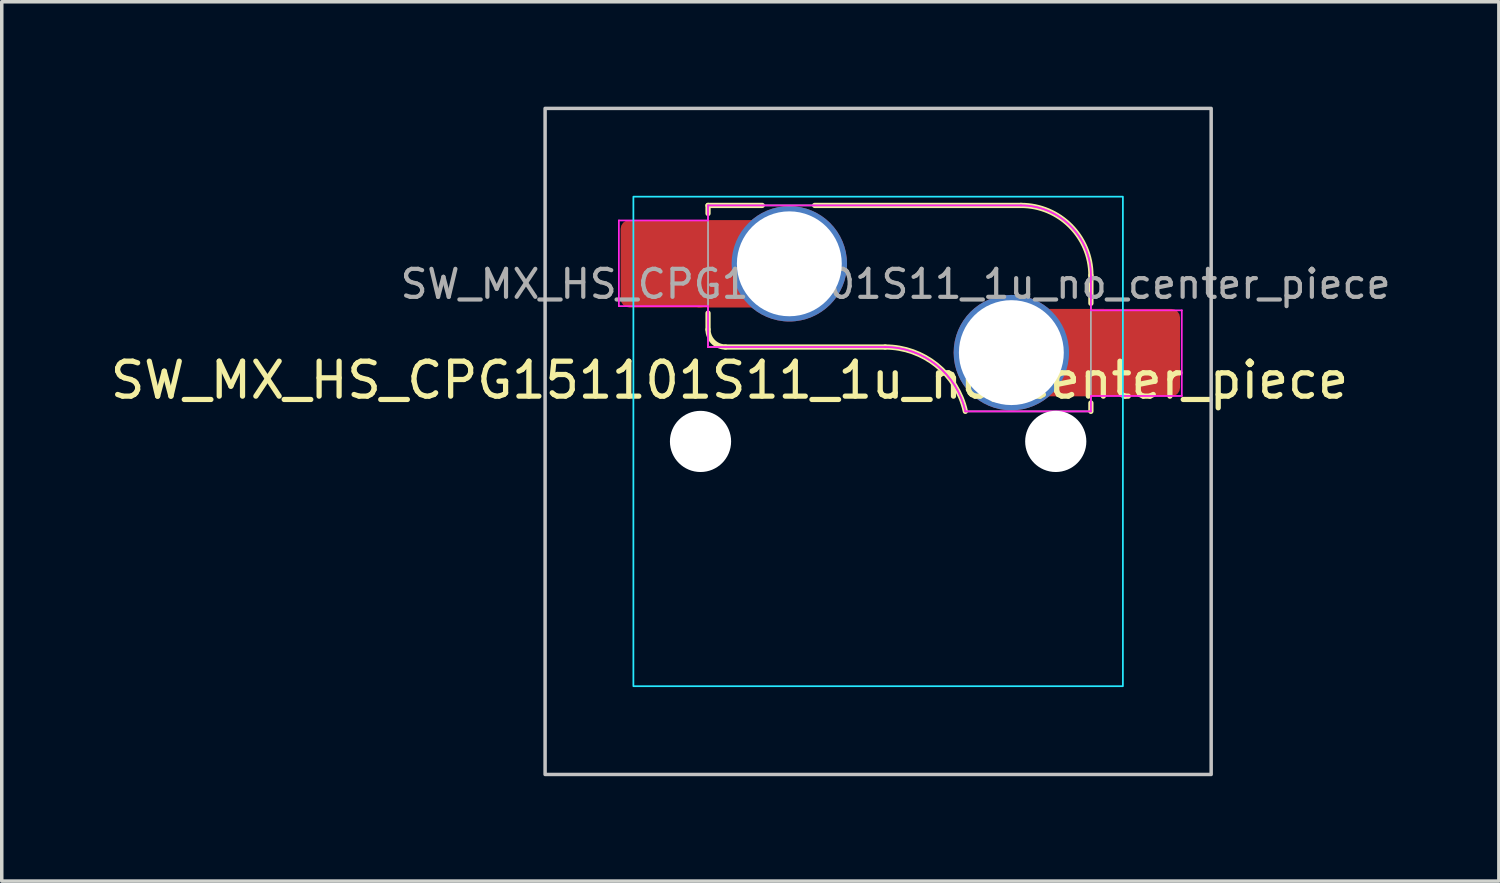
<source format=kicad_pcb>
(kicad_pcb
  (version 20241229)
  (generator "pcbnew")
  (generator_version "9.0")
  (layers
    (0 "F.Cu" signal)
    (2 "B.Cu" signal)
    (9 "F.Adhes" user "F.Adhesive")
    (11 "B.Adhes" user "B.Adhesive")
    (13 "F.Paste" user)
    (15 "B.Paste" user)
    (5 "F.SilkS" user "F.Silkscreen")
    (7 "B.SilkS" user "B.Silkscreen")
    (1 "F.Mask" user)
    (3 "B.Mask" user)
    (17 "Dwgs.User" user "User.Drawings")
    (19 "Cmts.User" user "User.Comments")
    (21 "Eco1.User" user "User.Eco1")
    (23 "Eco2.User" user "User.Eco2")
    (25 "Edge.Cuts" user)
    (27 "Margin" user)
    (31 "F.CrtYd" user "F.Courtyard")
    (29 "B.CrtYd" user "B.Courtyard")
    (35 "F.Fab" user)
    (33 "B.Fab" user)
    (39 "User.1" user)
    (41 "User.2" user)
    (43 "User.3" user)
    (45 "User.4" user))
  (footprint "SW_MX_HS_CPG151101S11_1u_no_center_piece"
    (layer "F.Cu")
    (at 22.065 9.575)
    (property "Reference" "SW_MX_HS_CPG151101S11_1u_no_center_piece" (at -4.25 -1.75 0) (layer "F.SilkS") (effects (font (size 1 1) (thickness 0.15))))
    (attr smd)
    (fp_line (start -4.865 -6.75) (end -4.865 -6.52) (stroke (width 0.15) (type solid)) (layer "F.SilkS"))
    (fp_line (start -4.865 -3.67) (end -4.865 -3.2) (stroke (width 0.15) (type solid)) (layer "F.SilkS"))
    (fp_line (start -4.365 -2.7) (end 0.2 -2.7) (stroke (width 0.15) (type solid)) (layer "F.SilkS"))
    (fp_line (start -3.315 -6.75) (end -4.865 -6.75) (stroke (width 0.15) (type solid)) (layer "F.SilkS"))
    (fp_line (start 4.085 -6.75) (end -1.815 -6.75) (stroke (width 0.15) (type solid)) (layer "F.SilkS"))
    (fp_line (start 6.085 -3.95) (end 6.085 -4.75) (stroke (width 0.15) (type solid)) (layer "F.SilkS"))
    (fp_line (start 6.085 -1.1) (end 6.085 -0.86) (stroke (width 0.15) (type solid)) (layer "F.SilkS"))
    (fp_arc (start -4.364824 -2.70022) (mid -4.718377 -2.846667) (end -4.864824 -3.20022) (stroke (width 0.15) (type solid)) (layer "F.SilkS"))
    (fp_arc (start 0.2 -2.70022) (mid 1.670693 -2.183637) (end 2.494322 -0.86022) (stroke (width 0.15) (type solid)) (layer "F.SilkS"))
    (fp_arc (start 4.085176 -6.75022) (mid 5.49939 -6.164434) (end 6.085176 -4.75022) (stroke (width 0.15) (type solid)) (layer "F.SilkS"))
    (fp_rect (start -9.525 -9.525) (end 9.525 9.525) (stroke (width 0.1) (type default)) (fill no) (layer "Dwgs.User"))
    (fp_line (start -7 -6.5) (end -7 6.5) (stroke (width 0.05) (type solid)) (layer "Eco2.User"))
    (fp_line (start -6.5 7) (end 6.5 7) (stroke (width 0.05) (type solid)) (layer "Eco2.User"))
    (fp_line (start 6.5 -7) (end -6.5 -7) (stroke (width 0.05) (type solid)) (layer "Eco2.User"))
    (fp_line (start 7 6.5) (end 7 -6.5) (stroke (width 0.05) (type solid)) (layer "Eco2.User"))
    (fp_arc (start -7 -6.5) (mid -6.853553 -6.853553) (end -6.5 -7) (stroke (width 0.05) (type solid)) (layer "Eco2.User"))
    (fp_arc (start -6.497236 6.998884) (mid -6.850789 6.852437) (end -6.997236 6.498884) (stroke (width 0.05) (type solid)) (layer "Eco2.User"))
    (fp_arc (start 6.5 -7) (mid 6.853553 -6.853553) (end 7 -6.5) (stroke (width 0.05) (type solid)) (layer "Eco2.User"))
    (fp_arc (start 7 6.5) (mid 6.853553 6.853553) (end 6.5 7) (stroke (width 0.05) (type solid)) (layer "Eco2.User"))
    (fp_rect (start -7 -7) (end 7 7) (stroke (width 0.05) (type default)) (fill no) (layer "B.CrtYd"))
    (fp_line (start -7.415 -6.32) (end -4.865 -6.32) (stroke (width 0.05) (type solid)) (layer "F.CrtYd"))
    (fp_line (start -7.415 -3.87) (end -7.415 -6.32) (stroke (width 0.05) (type solid)) (layer "F.CrtYd"))
    (fp_line (start -4.865 -6.75) (end -4.865 -6.32) (stroke (width 0.05) (type solid)) (layer "F.CrtYd"))
    (fp_line (start -4.865 -3.87) (end -7.415 -3.87) (stroke (width 0.05) (type solid)) (layer "F.CrtYd"))
    (fp_line (start -4.865 -3.87) (end -4.865 -2.7) (stroke (width 0.05) (type solid)) (layer "F.CrtYd"))
    (fp_line (start -4.865 -2.7) (end 0.2 -2.7) (stroke (width 0.05) (type solid)) (layer "F.CrtYd"))
    (fp_line (start 4.085 -6.75) (end -4.865 -6.75) (stroke (width 0.05) (type solid)) (layer "F.CrtYd"))
    (fp_line (start 6.085 -3.75) (end 6.085 -4.75) (stroke (width 0.05) (type solid)) (layer "F.CrtYd"))
    (fp_line (start 6.085 -3.75) (end 8.685 -3.75) (stroke (width 0.05) (type solid)) (layer "F.CrtYd"))
    (fp_line (start 6.085 -1.3) (end 6.085 -0.86) (stroke (width 0.05) (type solid)) (layer "F.CrtYd"))
    (fp_line (start 6.085 -0.86) (end 2.494 -0.86) (stroke (width 0.05) (type solid)) (layer "F.CrtYd"))
    (fp_line (start 8.685 -3.75) (end 8.685 -1.3) (stroke (width 0.05) (type solid)) (layer "F.CrtYd"))
    (fp_line (start 8.685 -1.3) (end 6.085 -1.3) (stroke (width 0.05) (type solid)) (layer "F.CrtYd"))
    (fp_arc (start 0.2 -2.70022) (mid 1.670503 -2.183399) (end 2.494322 -0.86022) (stroke (width 0.05) (type solid)) (layer "F.CrtYd"))
    (fp_arc (start 4.085176 -6.75022) (mid 5.49939 -6.164434) (end 6.085176 -4.75022) (stroke (width 0.05) (type solid)) (layer "F.CrtYd"))
    (fp_line (start -4.865 -6.75) (end -4.865 -2.7) (stroke (width 0.05) (type solid)) (layer "F.Fab"))
    (fp_line (start -4.865 -2.7) (end 0.2 -2.7) (stroke (width 0.05) (type solid)) (layer "F.Fab"))
    (fp_line (start 4.085 -6.75) (end -4.865 -6.75) (stroke (width 0.05) (type solid)) (layer "F.Fab"))
    (fp_line (start 6.085 -0.86) (end 2.494 -0.86) (stroke (width 0.05) (type solid)) (layer "F.Fab"))
    (fp_line (start 6.085 -0.86) (end 6.085 -4.75) (stroke (width 0.05) (type solid)) (layer "F.Fab"))
    (fp_arc (start 0.2 -2.70022) (mid 1.670503 -2.183399) (end 2.494322 -0.86022) (stroke (width 0.05) (type solid)) (layer "F.Fab"))
    (fp_arc (start 4.085176 -6.75022) (mid 5.49939 -6.164434) (end 6.085176 -4.75022) (stroke (width 0.05) (type solid)) (layer "F.Fab"))
    (fp_text user "${REFERENCE}" (at 0.5 -4.5 0) (layer "F.Fab") (effects (font (size 0.8 0.8) (thickness 0.12))))
    (pad "" np_thru_hole circle (at -5.08 0) (size 1.75 1.75) (drill 1.75) (layers "*.Cu" "*.Mask"))
    (pad "" np_thru_hole circle (at 5.08 0) (size 1.75 1.75) (drill 1.75) (layers "*.Cu" "*.Mask"))
    (pad "1" thru_hole circle (at 3.81 -2.54) (size 3.3 3.3) (drill 3) (layers "*.Cu" "*.Mask"))
    (pad "1" smd rect (at 5.635 -2.54 180) (size 1.65 2.5) (layers "F.Cu"))
    (pad "1" smd roundrect (at 7.36 -2.54) (size 2.55 2.5) (layers "F.Cu" "F.Mask" "F.Paste") (roundrect_rratio 0.1))
    (pad "2" smd roundrect (at -6.09 -5.08) (size 2.55 2.5) (layers "F.Cu" "F.Mask" "F.Paste") (roundrect_rratio 0.1))
    (pad "2" smd rect (at -4.34 -5.08) (size 1.65 2.5) (layers "F.Cu"))
    (pad "2" thru_hole circle (at -2.54 -5.08) (size 3.3 3.3) (drill 3) (layers "*.Cu" "*.Mask")))
  (gr_rect
    (start -3 -3)
    (end 39.818 22.15)
    (stroke (width 0.1) (type default))
    (fill no)
    (layer "Edge.Cuts")))
</source>
